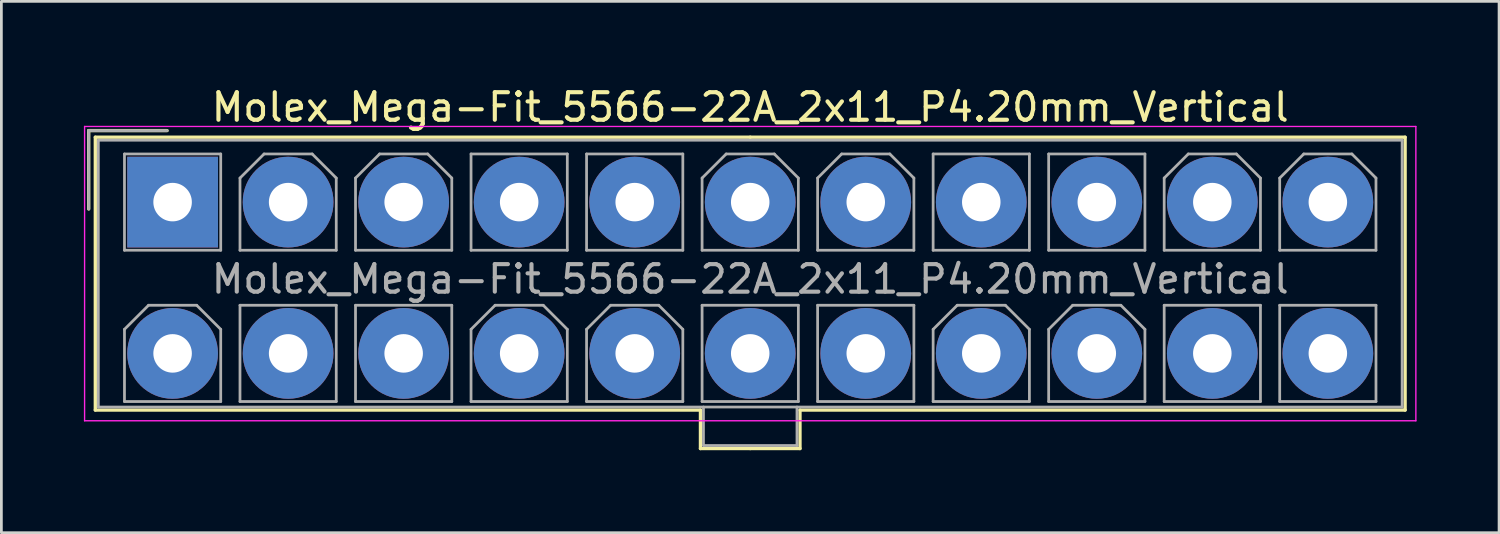
<source format=kicad_pcb>
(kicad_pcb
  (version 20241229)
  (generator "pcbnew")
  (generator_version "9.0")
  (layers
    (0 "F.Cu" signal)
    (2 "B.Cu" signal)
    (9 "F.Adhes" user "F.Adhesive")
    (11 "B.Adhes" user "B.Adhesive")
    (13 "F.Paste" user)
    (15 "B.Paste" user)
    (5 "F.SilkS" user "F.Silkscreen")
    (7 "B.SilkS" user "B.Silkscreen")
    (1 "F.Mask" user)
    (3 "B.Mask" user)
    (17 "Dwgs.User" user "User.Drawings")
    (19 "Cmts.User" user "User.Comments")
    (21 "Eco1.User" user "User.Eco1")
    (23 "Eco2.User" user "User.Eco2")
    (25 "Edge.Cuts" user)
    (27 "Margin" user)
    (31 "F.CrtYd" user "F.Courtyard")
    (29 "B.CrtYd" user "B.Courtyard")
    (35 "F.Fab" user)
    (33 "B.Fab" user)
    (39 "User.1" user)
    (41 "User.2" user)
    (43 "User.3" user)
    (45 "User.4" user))
  (footprint "Molex_Mega-Fit_5566-22A_2x11_P4.20mm_Vertical"
    (layer "F.Cu")
    (at 3.225 4.298)
    (property "Reference" "Molex_Mega-Fit_5566-22A_2x11_P4.20mm_Vertical" (at 21 -3.45 0) (layer "F.SilkS") (effects (font (size 1 1) (thickness 0.15))))
    (attr through_hole)
    (fp_line (start -3.05 -2.6) (end -3.05 0.25) (stroke (width 0.12) (type solid)) (layer "F.SilkS"))
    (fp_line (start -2.81 -2.36) (end -2.81 7.56) (stroke (width 0.12) (type solid)) (layer "F.SilkS"))
    (fp_line (start -2.81 7.56) (end 19.19 7.56) (stroke (width 0.12) (type solid)) (layer "F.SilkS"))
    (fp_line (start -0.2 -2.6) (end -3.05 -2.6) (stroke (width 0.12) (type solid)) (layer "F.SilkS"))
    (fp_line (start 19.19 7.56) (end 19.19 8.96) (stroke (width 0.12) (type solid)) (layer "F.SilkS"))
    (fp_line (start 19.19 8.96) (end 21 8.96) (stroke (width 0.12) (type solid)) (layer "F.SilkS"))
    (fp_line (start 21 -2.36) (end -2.81 -2.36) (stroke (width 0.12) (type solid)) (layer "F.SilkS"))
    (fp_line (start 21 -2.36) (end 44.81 -2.36) (stroke (width 0.12) (type solid)) (layer "F.SilkS"))
    (fp_line (start 22.81 7.56) (end 22.81 8.96) (stroke (width 0.12) (type solid)) (layer "F.SilkS"))
    (fp_line (start 22.81 8.96) (end 21 8.96) (stroke (width 0.12) (type solid)) (layer "F.SilkS"))
    (fp_line (start 44.81 -2.36) (end 44.81 7.56) (stroke (width 0.12) (type solid)) (layer "F.SilkS"))
    (fp_line (start 44.81 7.56) (end 22.81 7.56) (stroke (width 0.12) (type solid)) (layer "F.SilkS"))
    (fp_line (start -3.2 -2.75) (end -3.2 7.95) (stroke (width 0.05) (type solid)) (layer "F.CrtYd"))
    (fp_line (start -3.2 7.95) (end 45.2 7.95) (stroke (width 0.05) (type solid)) (layer "F.CrtYd"))
    (fp_line (start 45.2 -2.75) (end -3.2 -2.75) (stroke (width 0.05) (type solid)) (layer "F.CrtYd"))
    (fp_line (start 45.2 7.95) (end 45.2 -2.75) (stroke (width 0.05) (type solid)) (layer "F.CrtYd"))
    (fp_line (start -3.05 -2.6) (end -3.05 0.25) (stroke (width 0.1) (type solid)) (layer "F.Fab"))
    (fp_line (start -2.7 -2.25) (end -2.7 7.45) (stroke (width 0.1) (type solid)) (layer "F.Fab"))
    (fp_line (start -2.7 7.45) (end 44.7 7.45) (stroke (width 0.1) (type solid)) (layer "F.Fab"))
    (fp_line (start -1.75 -1.75) (end -1.75 1.75) (stroke (width 0.1) (type solid)) (layer "F.Fab"))
    (fp_line (start -1.75 1.75) (end 1.75 1.75) (stroke (width 0.1) (type solid)) (layer "F.Fab"))
    (fp_line (start -1.75 4.625) (end -0.875 3.75) (stroke (width 0.1) (type solid)) (layer "F.Fab"))
    (fp_line (start -1.75 7.25) (end -1.75 4.625) (stroke (width 0.1) (type solid)) (layer "F.Fab"))
    (fp_line (start -0.875 3.75) (end 0.875 3.75) (stroke (width 0.1) (type solid)) (layer "F.Fab"))
    (fp_line (start -0.2 -2.6) (end -3.05 -2.6) (stroke (width 0.1) (type solid)) (layer "F.Fab"))
    (fp_line (start 0.875 3.75) (end 1.75 4.625) (stroke (width 0.1) (type solid)) (layer "F.Fab"))
    (fp_line (start 1.75 -1.75) (end -1.75 -1.75) (stroke (width 0.1) (type solid)) (layer "F.Fab"))
    (fp_line (start 1.75 1.75) (end 1.75 -1.75) (stroke (width 0.1) (type solid)) (layer "F.Fab"))
    (fp_line (start 1.75 4.625) (end 1.75 7.25) (stroke (width 0.1) (type solid)) (layer "F.Fab"))
    (fp_line (start 1.75 7.25) (end -1.75 7.25) (stroke (width 0.1) (type solid)) (layer "F.Fab"))
    (fp_line (start 2.45 -0.875) (end 3.325 -1.75) (stroke (width 0.1) (type solid)) (layer "F.Fab"))
    (fp_line (start 2.45 1.75) (end 2.45 -0.875) (stroke (width 0.1) (type solid)) (layer "F.Fab"))
    (fp_line (start 2.45 3.75) (end 2.45 7.25) (stroke (width 0.1) (type solid)) (layer "F.Fab"))
    (fp_line (start 2.45 7.25) (end 5.95 7.25) (stroke (width 0.1) (type solid)) (layer "F.Fab"))
    (fp_line (start 3.325 -1.75) (end 5.075 -1.75) (stroke (width 0.1) (type solid)) (layer "F.Fab"))
    (fp_line (start 5.075 -1.75) (end 5.95 -0.875) (stroke (width 0.1) (type solid)) (layer "F.Fab"))
    (fp_line (start 5.95 -0.875) (end 5.95 1.75) (stroke (width 0.1) (type solid)) (layer "F.Fab"))
    (fp_line (start 5.95 1.75) (end 2.45 1.75) (stroke (width 0.1) (type solid)) (layer "F.Fab"))
    (fp_line (start 5.95 3.75) (end 2.45 3.75) (stroke (width 0.1) (type solid)) (layer "F.Fab"))
    (fp_line (start 5.95 7.25) (end 5.95 3.75) (stroke (width 0.1) (type solid)) (layer "F.Fab"))
    (fp_line (start 6.65 -0.875) (end 7.525 -1.75) (stroke (width 0.1) (type solid)) (layer "F.Fab"))
    (fp_line (start 6.65 1.75) (end 6.65 -0.875) (stroke (width 0.1) (type solid)) (layer "F.Fab"))
    (fp_line (start 6.65 3.75) (end 6.65 7.25) (stroke (width 0.1) (type solid)) (layer "F.Fab"))
    (fp_line (start 6.65 7.25) (end 10.15 7.25) (stroke (width 0.1) (type solid)) (layer "F.Fab"))
    (fp_line (start 7.525 -1.75) (end 9.275 -1.75) (stroke (width 0.1) (type solid)) (layer "F.Fab"))
    (fp_line (start 9.275 -1.75) (end 10.15 -0.875) (stroke (width 0.1) (type solid)) (layer "F.Fab"))
    (fp_line (start 10.15 -0.875) (end 10.15 1.75) (stroke (width 0.1) (type solid)) (layer "F.Fab"))
    (fp_line (start 10.15 1.75) (end 6.65 1.75) (stroke (width 0.1) (type solid)) (layer "F.Fab"))
    (fp_line (start 10.15 3.75) (end 6.65 3.75) (stroke (width 0.1) (type solid)) (layer "F.Fab"))
    (fp_line (start 10.15 7.25) (end 10.15 3.75) (stroke (width 0.1) (type solid)) (layer "F.Fab"))
    (fp_line (start 10.85 -1.75) (end 10.85 1.75) (stroke (width 0.1) (type solid)) (layer "F.Fab"))
    (fp_line (start 10.85 1.75) (end 14.35 1.75) (stroke (width 0.1) (type solid)) (layer "F.Fab"))
    (fp_line (start 10.85 4.625) (end 11.725 3.75) (stroke (width 0.1) (type solid)) (layer "F.Fab"))
    (fp_line (start 10.85 7.25) (end 10.85 4.625) (stroke (width 0.1) (type solid)) (layer "F.Fab"))
    (fp_line (start 11.725 3.75) (end 13.475 3.75) (stroke (width 0.1) (type solid)) (layer "F.Fab"))
    (fp_line (start 13.475 3.75) (end 14.35 4.625) (stroke (width 0.1) (type solid)) (layer "F.Fab"))
    (fp_line (start 14.35 -1.75) (end 10.85 -1.75) (stroke (width 0.1) (type solid)) (layer "F.Fab"))
    (fp_line (start 14.35 1.75) (end 14.35 -1.75) (stroke (width 0.1) (type solid)) (layer "F.Fab"))
    (fp_line (start 14.35 4.625) (end 14.35 7.25) (stroke (width 0.1) (type solid)) (layer "F.Fab"))
    (fp_line (start 14.35 7.25) (end 10.85 7.25) (stroke (width 0.1) (type solid)) (layer "F.Fab"))
    (fp_line (start 15.05 -1.75) (end 15.05 1.75) (stroke (width 0.1) (type solid)) (layer "F.Fab"))
    (fp_line (start 15.05 1.75) (end 18.55 1.75) (stroke (width 0.1) (type solid)) (layer "F.Fab"))
    (fp_line (start 15.05 4.625) (end 15.925 3.75) (stroke (width 0.1) (type solid)) (layer "F.Fab"))
    (fp_line (start 15.05 7.25) (end 15.05 4.625) (stroke (width 0.1) (type solid)) (layer "F.Fab"))
    (fp_line (start 15.925 3.75) (end 17.675 3.75) (stroke (width 0.1) (type solid)) (layer "F.Fab"))
    (fp_line (start 17.675 3.75) (end 18.55 4.625) (stroke (width 0.1) (type solid)) (layer "F.Fab"))
    (fp_line (start 18.55 -1.75) (end 15.05 -1.75) (stroke (width 0.1) (type solid)) (layer "F.Fab"))
    (fp_line (start 18.55 1.75) (end 18.55 -1.75) (stroke (width 0.1) (type solid)) (layer "F.Fab"))
    (fp_line (start 18.55 4.625) (end 18.55 7.25) (stroke (width 0.1) (type solid)) (layer "F.Fab"))
    (fp_line (start 18.55 7.25) (end 15.05 7.25) (stroke (width 0.1) (type solid)) (layer "F.Fab"))
    (fp_line (start 19.25 -0.875) (end 20.125 -1.75) (stroke (width 0.1) (type solid)) (layer "F.Fab"))
    (fp_line (start 19.25 1.75) (end 19.25 -0.875) (stroke (width 0.1) (type solid)) (layer "F.Fab"))
    (fp_line (start 19.25 3.75) (end 19.25 7.25) (stroke (width 0.1) (type solid)) (layer "F.Fab"))
    (fp_line (start 19.25 7.25) (end 22.75 7.25) (stroke (width 0.1) (type solid)) (layer "F.Fab"))
    (fp_line (start 19.3 7.45) (end 19.3 8.85) (stroke (width 0.1) (type solid)) (layer "F.Fab"))
    (fp_line (start 19.3 8.85) (end 22.7 8.85) (stroke (width 0.1) (type solid)) (layer "F.Fab"))
    (fp_line (start 20.125 -1.75) (end 21.875 -1.75) (stroke (width 0.1) (type solid)) (layer "F.Fab"))
    (fp_line (start 21.875 -1.75) (end 22.75 -0.875) (stroke (width 0.1) (type solid)) (layer "F.Fab"))
    (fp_line (start 22.7 8.85) (end 22.7 7.45) (stroke (width 0.1) (type solid)) (layer "F.Fab"))
    (fp_line (start 22.75 -0.875) (end 22.75 1.75) (stroke (width 0.1) (type solid)) (layer "F.Fab"))
    (fp_line (start 22.75 1.75) (end 19.25 1.75) (stroke (width 0.1) (type solid)) (layer "F.Fab"))
    (fp_line (start 22.75 3.75) (end 19.25 3.75) (stroke (width 0.1) (type solid)) (layer "F.Fab"))
    (fp_line (start 22.75 7.25) (end 22.75 3.75) (stroke (width 0.1) (type solid)) (layer "F.Fab"))
    (fp_line (start 23.45 -0.875) (end 24.325 -1.75) (stroke (width 0.1) (type solid)) (layer "F.Fab"))
    (fp_line (start 23.45 1.75) (end 23.45 -0.875) (stroke (width 0.1) (type solid)) (layer "F.Fab"))
    (fp_line (start 23.45 3.75) (end 23.45 7.25) (stroke (width 0.1) (type solid)) (layer "F.Fab"))
    (fp_line (start 23.45 7.25) (end 26.95 7.25) (stroke (width 0.1) (type solid)) (layer "F.Fab"))
    (fp_line (start 24.325 -1.75) (end 26.075 -1.75) (stroke (width 0.1) (type solid)) (layer "F.Fab"))
    (fp_line (start 26.075 -1.75) (end 26.95 -0.875) (stroke (width 0.1) (type solid)) (layer "F.Fab"))
    (fp_line (start 26.95 -0.875) (end 26.95 1.75) (stroke (width 0.1) (type solid)) (layer "F.Fab"))
    (fp_line (start 26.95 1.75) (end 23.45 1.75) (stroke (width 0.1) (type solid)) (layer "F.Fab"))
    (fp_line (start 26.95 3.75) (end 23.45 3.75) (stroke (width 0.1) (type solid)) (layer "F.Fab"))
    (fp_line (start 26.95 7.25) (end 26.95 3.75) (stroke (width 0.1) (type solid)) (layer "F.Fab"))
    (fp_line (start 27.65 -1.75) (end 27.65 1.75) (stroke (width 0.1) (type solid)) (layer "F.Fab"))
    (fp_line (start 27.65 1.75) (end 31.15 1.75) (stroke (width 0.1) (type solid)) (layer "F.Fab"))
    (fp_line (start 27.65 4.625) (end 28.525 3.75) (stroke (width 0.1) (type solid)) (layer "F.Fab"))
    (fp_line (start 27.65 7.25) (end 27.65 4.625) (stroke (width 0.1) (type solid)) (layer "F.Fab"))
    (fp_line (start 28.525 3.75) (end 30.275 3.75) (stroke (width 0.1) (type solid)) (layer "F.Fab"))
    (fp_line (start 30.275 3.75) (end 31.15 4.625) (stroke (width 0.1) (type solid)) (layer "F.Fab"))
    (fp_line (start 31.15 -1.75) (end 27.65 -1.75) (stroke (width 0.1) (type solid)) (layer "F.Fab"))
    (fp_line (start 31.15 1.75) (end 31.15 -1.75) (stroke (width 0.1) (type solid)) (layer "F.Fab"))
    (fp_line (start 31.15 4.625) (end 31.15 7.25) (stroke (width 0.1) (type solid)) (layer "F.Fab"))
    (fp_line (start 31.15 7.25) (end 27.65 7.25) (stroke (width 0.1) (type solid)) (layer "F.Fab"))
    (fp_line (start 31.85 -1.75) (end 31.85 1.75) (stroke (width 0.1) (type solid)) (layer "F.Fab"))
    (fp_line (start 31.85 1.75) (end 35.35 1.75) (stroke (width 0.1) (type solid)) (layer "F.Fab"))
    (fp_line (start 31.85 4.625) (end 32.725 3.75) (stroke (width 0.1) (type solid)) (layer "F.Fab"))
    (fp_line (start 31.85 7.25) (end 31.85 4.625) (stroke (width 0.1) (type solid)) (layer "F.Fab"))
    (fp_line (start 32.725 3.75) (end 34.475 3.75) (stroke (width 0.1) (type solid)) (layer "F.Fab"))
    (fp_line (start 34.475 3.75) (end 35.35 4.625) (stroke (width 0.1) (type solid)) (layer "F.Fab"))
    (fp_line (start 35.35 -1.75) (end 31.85 -1.75) (stroke (width 0.1) (type solid)) (layer "F.Fab"))
    (fp_line (start 35.35 1.75) (end 35.35 -1.75) (stroke (width 0.1) (type solid)) (layer "F.Fab"))
    (fp_line (start 35.35 4.625) (end 35.35 7.25) (stroke (width 0.1) (type solid)) (layer "F.Fab"))
    (fp_line (start 35.35 7.25) (end 31.85 7.25) (stroke (width 0.1) (type solid)) (layer "F.Fab"))
    (fp_line (start 36.05 -0.875) (end 36.925 -1.75) (stroke (width 0.1) (type solid)) (layer "F.Fab"))
    (fp_line (start 36.05 1.75) (end 36.05 -0.875) (stroke (width 0.1) (type solid)) (layer "F.Fab"))
    (fp_line (start 36.05 3.75) (end 36.05 7.25) (stroke (width 0.1) (type solid)) (layer "F.Fab"))
    (fp_line (start 36.05 7.25) (end 39.55 7.25) (stroke (width 0.1) (type solid)) (layer "F.Fab"))
    (fp_line (start 36.925 -1.75) (end 38.675 -1.75) (stroke (width 0.1) (type solid)) (layer "F.Fab"))
    (fp_line (start 38.675 -1.75) (end 39.55 -0.875) (stroke (width 0.1) (type solid)) (layer "F.Fab"))
    (fp_line (start 39.55 -0.875) (end 39.55 1.75) (stroke (width 0.1) (type solid)) (layer "F.Fab"))
    (fp_line (start 39.55 1.75) (end 36.05 1.75) (stroke (width 0.1) (type solid)) (layer "F.Fab"))
    (fp_line (start 39.55 3.75) (end 36.05 3.75) (stroke (width 0.1) (type solid)) (layer "F.Fab"))
    (fp_line (start 39.55 7.25) (end 39.55 3.75) (stroke (width 0.1) (type solid)) (layer "F.Fab"))
    (fp_line (start 40.25 -0.875) (end 41.125 -1.75) (stroke (width 0.1) (type solid)) (layer "F.Fab"))
    (fp_line (start 40.25 1.75) (end 40.25 -0.875) (stroke (width 0.1) (type solid)) (layer "F.Fab"))
    (fp_line (start 40.25 3.75) (end 40.25 7.25) (stroke (width 0.1) (type solid)) (layer "F.Fab"))
    (fp_line (start 40.25 7.25) (end 43.75 7.25) (stroke (width 0.1) (type solid)) (layer "F.Fab"))
    (fp_line (start 41.125 -1.75) (end 42.875 -1.75) (stroke (width 0.1) (type solid)) (layer "F.Fab"))
    (fp_line (start 42.875 -1.75) (end 43.75 -0.875) (stroke (width 0.1) (type solid)) (layer "F.Fab"))
    (fp_line (start 43.75 -0.875) (end 43.75 1.75) (stroke (width 0.1) (type solid)) (layer "F.Fab"))
    (fp_line (start 43.75 1.75) (end 40.25 1.75) (stroke (width 0.1) (type solid)) (layer "F.Fab"))
    (fp_line (start 43.75 3.75) (end 40.25 3.75) (stroke (width 0.1) (type solid)) (layer "F.Fab"))
    (fp_line (start 43.75 7.25) (end 43.75 3.75) (stroke (width 0.1) (type solid)) (layer "F.Fab"))
    (fp_line (start 44.7 -2.25) (end -2.7 -2.25) (stroke (width 0.1) (type solid)) (layer "F.Fab"))
    (fp_line (start 44.7 7.45) (end 44.7 -2.25) (stroke (width 0.1) (type solid)) (layer "F.Fab"))
    (fp_text user "${REFERENCE}" (at 21 2.8 0) (layer "F.Fab") (effects (font (size 1 1) (thickness 0.15))))
    (pad "1" thru_hole rect (at 0 0) (size 3.3 3.3) (drill 1.4) (layers "*.Cu" "*.Mask"))
    (pad "2" thru_hole circle (at 4.2 0) (size 3.3 3.3) (drill 1.4) (layers "*.Cu" "*.Mask"))
    (pad "3" thru_hole circle (at 8.4 0) (size 3.3 3.3) (drill 1.4) (layers "*.Cu" "*.Mask"))
    (pad "4" thru_hole circle (at 12.6 0) (size 3.3 3.3) (drill 1.4) (layers "*.Cu" "*.Mask"))
    (pad "5" thru_hole circle (at 16.8 0) (size 3.3 3.3) (drill 1.4) (layers "*.Cu" "*.Mask"))
    (pad "6" thru_hole circle (at 21 0) (size 3.3 3.3) (drill 1.4) (layers "*.Cu" "*.Mask"))
    (pad "7" thru_hole circle (at 25.2 0) (size 3.3 3.3) (drill 1.4) (layers "*.Cu" "*.Mask"))
    (pad "8" thru_hole circle (at 29.4 0) (size 3.3 3.3) (drill 1.4) (layers "*.Cu" "*.Mask"))
    (pad "9" thru_hole circle (at 33.6 0) (size 3.3 3.3) (drill 1.4) (layers "*.Cu" "*.Mask"))
    (pad "10" thru_hole circle (at 37.8 0) (size 3.3 3.3) (drill 1.4) (layers "*.Cu" "*.Mask"))
    (pad "11" thru_hole circle (at 42 0) (size 3.3 3.3) (drill 1.4) (layers "*.Cu" "*.Mask"))
    (pad "12" thru_hole circle (at 0 5.5) (size 3.3 3.3) (drill 1.4) (layers "*.Cu" "*.Mask"))
    (pad "13" thru_hole circle (at 4.2 5.5) (size 3.3 3.3) (drill 1.4) (layers "*.Cu" "*.Mask"))
    (pad "14" thru_hole circle (at 8.4 5.5) (size 3.3 3.3) (drill 1.4) (layers "*.Cu" "*.Mask"))
    (pad "15" thru_hole circle (at 12.6 5.5) (size 3.3 3.3) (drill 1.4) (layers "*.Cu" "*.Mask"))
    (pad "16" thru_hole circle (at 16.8 5.5) (size 3.3 3.3) (drill 1.4) (layers "*.Cu" "*.Mask"))
    (pad "17" thru_hole circle (at 21 5.5) (size 3.3 3.3) (drill 1.4) (layers "*.Cu" "*.Mask"))
    (pad "18" thru_hole circle (at 25.2 5.5) (size 3.3 3.3) (drill 1.4) (layers "*.Cu" "*.Mask"))
    (pad "19" thru_hole circle (at 29.4 5.5) (size 3.3 3.3) (drill 1.4) (layers "*.Cu" "*.Mask"))
    (pad "20" thru_hole circle (at 33.6 5.5) (size 3.3 3.3) (drill 1.4) (layers "*.Cu" "*.Mask"))
    (pad "21" thru_hole circle (at 37.8 5.5) (size 3.3 3.3) (drill 1.4) (layers "*.Cu" "*.Mask"))
    (pad "22" thru_hole circle (at 42 5.5) (size 3.3 3.3) (drill 1.4) (layers "*.Cu" "*.Mask")))
  (gr_rect
    (start -3 -3)
    (end 51.45 16.318)
    (stroke (width 0.1) (type default))
    (fill no)
    (layer "Edge.Cuts")))
</source>
